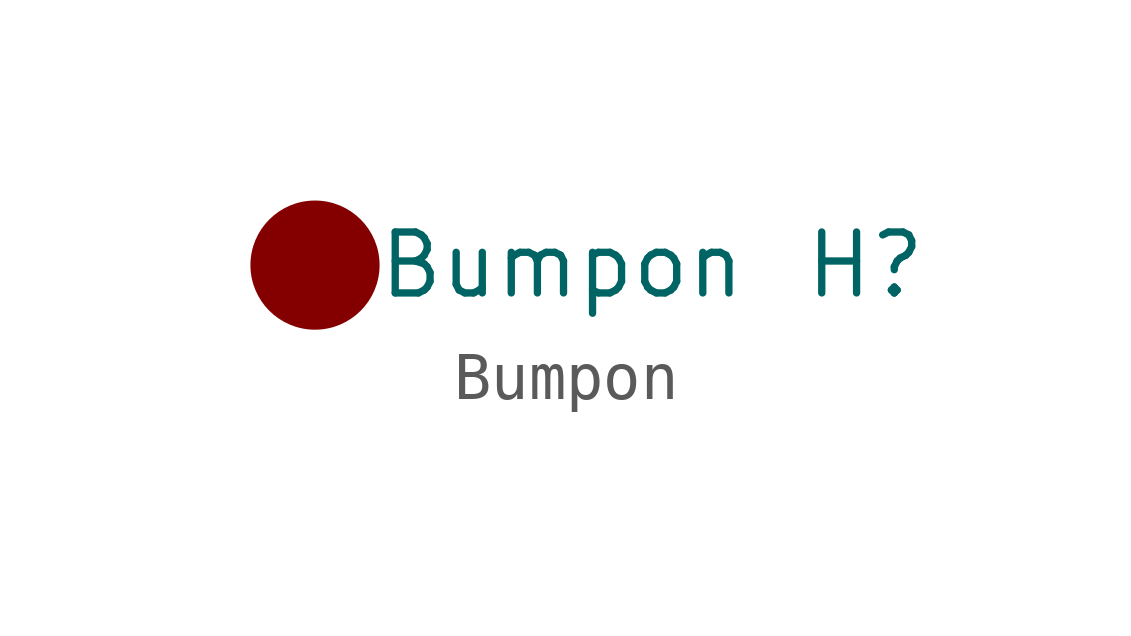
<source format=kicad_sym>
(kicad_symbol_lib
  (version 20211014)
  (generator kicad_symbol_editor)
  (symbol "Bumpon"
    (property "Reference" "H"
      (at 10.16 0 0)
      (effects (font (size 1.27 1.27)) (justify left)))
    (property "Value" "Bumpon"
      (at 1.27 0 0)
      (effects (font (size 1.27 1.27)) (justify left)))
    (symbol "Bumpon_0_1"
      (circle (center 0 0) (radius 1.27) (stroke (width 0) (type default) (color 0 0 0 0)) (fill (type outline))))))
</source>
